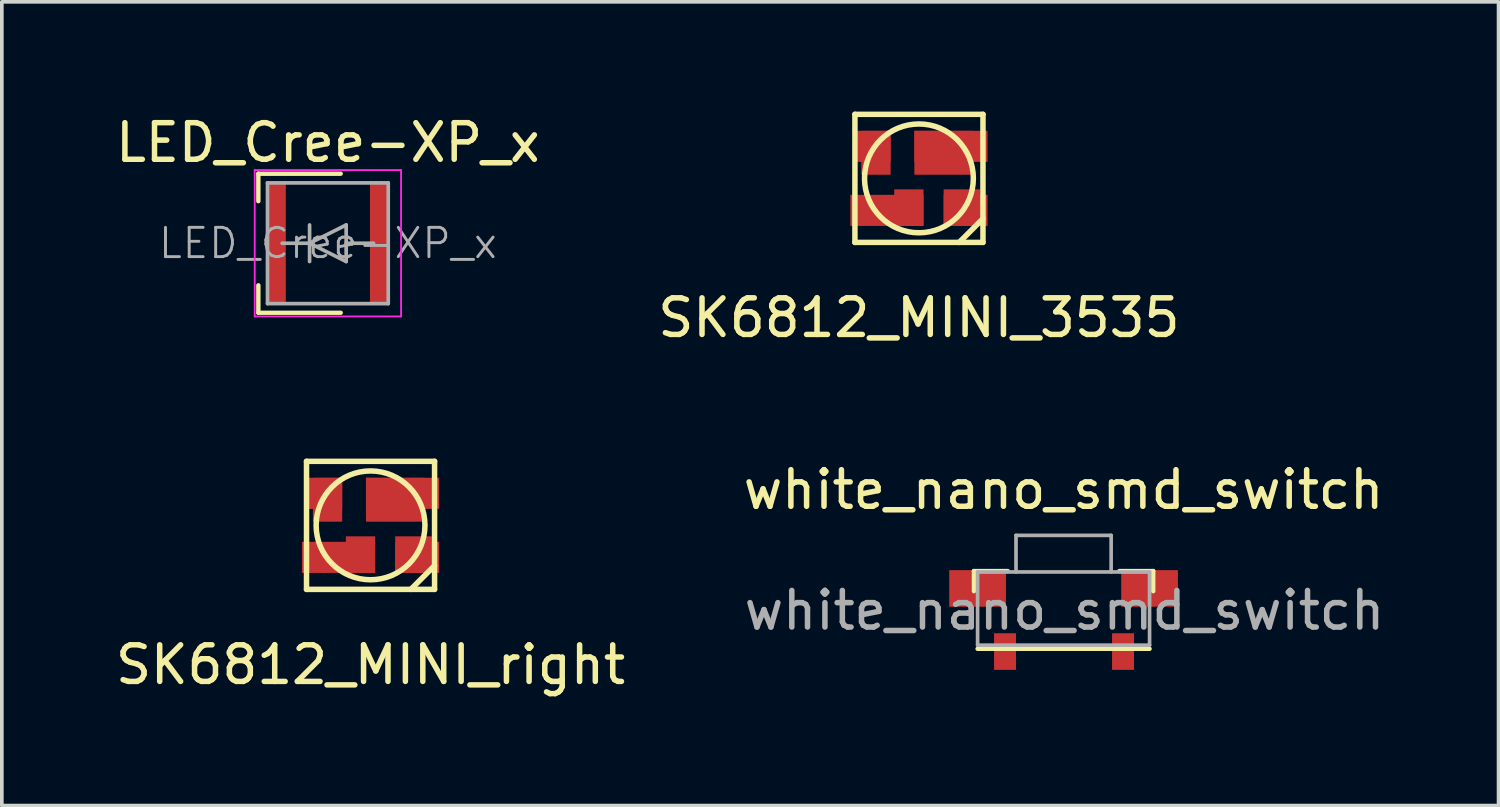
<source format=kicad_pcb>
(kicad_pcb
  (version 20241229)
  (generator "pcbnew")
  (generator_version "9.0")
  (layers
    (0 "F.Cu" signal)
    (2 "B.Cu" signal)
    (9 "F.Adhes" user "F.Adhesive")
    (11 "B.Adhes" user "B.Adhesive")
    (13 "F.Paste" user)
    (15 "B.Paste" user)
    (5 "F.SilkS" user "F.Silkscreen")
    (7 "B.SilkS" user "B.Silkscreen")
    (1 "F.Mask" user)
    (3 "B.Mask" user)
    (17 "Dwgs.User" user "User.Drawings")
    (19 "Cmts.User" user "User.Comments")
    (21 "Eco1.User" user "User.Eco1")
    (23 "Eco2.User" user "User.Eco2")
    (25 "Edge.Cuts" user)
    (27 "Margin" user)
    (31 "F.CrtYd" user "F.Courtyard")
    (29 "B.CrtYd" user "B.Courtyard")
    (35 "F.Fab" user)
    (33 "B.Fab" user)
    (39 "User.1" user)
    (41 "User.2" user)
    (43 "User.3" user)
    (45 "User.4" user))
  (footprint "SK6812_MINI_3535"
    (layer "F.Cu")
    (at 22.065 1.825)
    (property "Reference" "SK6812_MINI_3535" (at 0 3.81 0) (layer "F.SilkS") (effects (font (size 1 1) (thickness 0.15))))
    (attr through_hole)
    (fp_line (start -1.75 -1.75) (end 1.75 -1.75) (stroke (width 0.15) (type solid)) (layer "F.SilkS"))
    (fp_line (start -1.75 1.75) (end -1.75 -1.75) (stroke (width 0.15) (type solid)) (layer "F.SilkS"))
    (fp_line (start 1.75 -1.75) (end 1.75 1.75) (stroke (width 0.15) (type solid)) (layer "F.SilkS"))
    (fp_line (start 1.75 1.1) (end 1.1 1.75) (stroke (width 0.15) (type solid)) (layer "F.SilkS"))
    (fp_line (start 1.75 1.75) (end -1.75 1.75) (stroke (width 0.15) (type solid)) (layer "F.SilkS"))
    (fp_circle (center 0 0) (end -1.325 -0.675) (stroke (width 0.15) (type solid)) (fill no) (layer "F.SilkS"))
    (pad "1" smd rect (at -1.275 -0.875) (size 1 0.85) (layers "F.Cu" "F.Mask" "F.Paste"))
    (pad "1" smd rect (at -1.175 -0.7) (size 0.8 1.2) (layers "F.Cu" "F.Mask" "F.Paste"))
    (pad "2" smd rect (at -0.875 0.875) (size 2 0.85) (layers "F.Cu" "F.Mask" "F.Paste"))
    (pad "2" smd rect (at -0.275 0.8) (size 0.8 1) (layers "F.Cu" "F.Mask" "F.Paste"))
    (pad "3" smd rect (at 1.175 0.8) (size 1 1) (layers "F.Cu" "F.Mask" "F.Paste"))
    (pad "3" smd rect (at 1.275 0.875) (size 1.2 0.85) (layers "F.Cu" "F.Mask" "F.Paste"))
    (pad "4" smd rect (at 0.675 -0.7) (size 1.6 1.2) (layers "F.Cu" "F.Mask" "F.Paste"))
    (pad "4" smd rect (at 0.875 -0.875) (size 2 0.85) (layers "F.Cu" "F.Mask" "F.Paste")))
  (footprint "LED_Cree-XP_x"
    (layer "F.Cu")
    (at 5.911 3.598)
    (property "Reference" "LED_Cree-XP_x" (at 0 -2.75 0) (layer "F.SilkS") (effects (font (size 1 1) (thickness 0.15))))
    (attr smd)
    (fp_line (start -1.9 -1.9) (end -1.9 -1.15) (stroke (width 0.12) (type solid)) (layer "F.SilkS"))
    (fp_line (start -1.9 1.9) (end -1.9 1.15) (stroke (width 0.12) (type solid)) (layer "F.SilkS"))
    (fp_line (start 0.35 -1.9) (end -1.9 -1.9) (stroke (width 0.12) (type solid)) (layer "F.SilkS"))
    (fp_line (start 0.35 1.9) (end -1.9 1.9) (stroke (width 0.12) (type solid)) (layer "F.SilkS"))
    (fp_line (start -0.7 1.5) (end -0.7 -1.5) (stroke (width 0.15) (type solid)) (layer "F.Paste"))
    (fp_line (start -0.6 -1.5) (end 0.6 -1.5) (stroke (width 0.15) (type solid)) (layer "F.Paste"))
    (fp_line (start 0.6 -1.5) (end 0.6 1.5) (stroke (width 0.15) (type solid)) (layer "F.Paste"))
    (fp_line (start 0.6 1.5) (end -0.7 1.5) (stroke (width 0.15) (type solid)) (layer "F.Paste"))
    (fp_line (start -2 -2) (end 2 -2) (stroke (width 0.05) (type solid)) (layer "F.CrtYd"))
    (fp_line (start -2 2) (end -2 -2) (stroke (width 0.05) (type solid)) (layer "F.CrtYd"))
    (fp_line (start 2 -2) (end 2 2) (stroke (width 0.05) (type solid)) (layer "F.CrtYd"))
    (fp_line (start 2 2) (end -2 2) (stroke (width 0.05) (type solid)) (layer "F.CrtYd"))
    (fp_line (start -1.65 -1.65) (end 1.65 -1.65) (stroke (width 0.1) (type solid)) (layer "F.Fab"))
    (fp_line (start -1.65 1.65) (end -1.65 -1.65) (stroke (width 0.1) (type solid)) (layer "F.Fab"))
    (fp_line (start -1.25 0) (end -0.5 0) (stroke (width 0.1) (type solid)) (layer "F.Fab"))
    (fp_line (start -0.5 -0.5) (end -0.5 0.5) (stroke (width 0.1) (type solid)) (layer "F.Fab"))
    (fp_line (start -0.5 0) (end 0.5 -0.5) (stroke (width 0.1) (type solid)) (layer "F.Fab"))
    (fp_line (start 0.5 -0.5) (end 0.5 0.5) (stroke (width 0.1) (type solid)) (layer "F.Fab"))
    (fp_line (start 0.5 0.5) (end -0.5 0) (stroke (width 0.1) (type solid)) (layer "F.Fab"))
    (fp_line (start 1.25 0) (end 0.5 0) (stroke (width 0.1) (type solid)) (layer "F.Fab"))
    (fp_line (start 1.65 -1.65) (end 1.65 1.65) (stroke (width 0.1) (type solid)) (layer "F.Fab"))
    (fp_line (start 1.65 1.65) (end -1.65 1.65) (stroke (width 0.1) (type solid)) (layer "F.Fab"))
    (fp_text user "${REFERENCE}" (at 0 0 0) (layer "F.Fab") (effects (font (size 0.8 0.8) (thickness 0.08))))
    (pad "1" smd rect (at -1.4 0) (size 0.5 3.3) (layers "F.Cu" "F.Mask" "F.Paste"))
    (pad "2" smd rect (at 1.4 0) (size 0.5 3.3) (layers "F.Cu" "F.Mask" "F.Paste")))
  (footprint "white_nano_smd_switch"
    (layer "F.Cu")
    (at 26.018 12.832)
    (property "Reference" "white_nano_smd_switch" (at 0 -2.5 0) (layer "F.SilkS") (effects (font (size 1 1) (thickness 0.15))))
    (attr smd)
    (fp_line (start -2.45 0.275) (end -2.45 -0.275) (stroke (width 0.12) (type solid)) (layer "F.SilkS"))
    (fp_line (start -1.525 -0.275) (end -2.45 -0.275) (stroke (width 0.12) (type solid)) (layer "F.SilkS"))
    (fp_line (start 2.35 1.85) (end -2.35 1.85) (stroke (width 0.12) (type solid)) (layer "F.SilkS"))
    (fp_line (start 2.45 -0.275) (end 1.525 -0.275) (stroke (width 0.12) (type solid)) (layer "F.SilkS"))
    (fp_line (start 2.45 0.275) (end 2.45 -0.275) (stroke (width 0.12) (type solid)) (layer "F.SilkS"))
    (fp_line (start -2.35 -0.25) (end -2.35 1.75) (stroke (width 0.1) (type solid)) (layer "F.Fab"))
    (fp_line (start -1.3 -1.25) (end -1.3 -0.25) (stroke (width 0.1) (type solid)) (layer "F.Fab"))
    (fp_line (start 1.3 -1.25) (end -1.3 -1.25) (stroke (width 0.1) (type solid)) (layer "F.Fab"))
    (fp_line (start 1.3 -1.25) (end 1.3 -0.25) (stroke (width 0.1) (type solid)) (layer "F.Fab"))
    (fp_line (start 2.35 -0.25) (end -2.35 -0.25) (stroke (width 0.1) (type solid)) (layer "F.Fab"))
    (fp_line (start 2.35 -0.25) (end 2.35 1.75) (stroke (width 0.1) (type solid)) (layer "F.Fab"))
    (fp_line (start 2.35 1.75) (end -2.35 1.75) (stroke (width 0.1) (type solid)) (layer "F.Fab"))
    (fp_text user "${REFERENCE}" (at 0.025 0.8 0) (layer "F.Fab") (effects (font (size 1 1) (thickness 0.15))))
    (pad "" smd rect (at -2.35 0.2 180) (size 1.55 1) (layers "F.Cu" "F.Mask" "F.Paste"))
    (pad "" smd rect (at 2.35 0.2 180) (size 1.55 1) (layers "F.Cu" "F.Mask" "F.Paste"))
    (pad "1" smd rect (at -1.6 1.925 180) (size 0.6 1) (layers "F.Cu" "F.Mask" "F.Paste"))
    (pad "2" smd rect (at 1.625 1.925 180) (size 0.6 1) (layers "F.Cu" "F.Mask" "F.Paste")))
  (footprint "SK6812_MINI_right"
    (layer "F.Cu")
    (at 7.077 11.308)
    (property "Reference" "SK6812_MINI_right" (at 0 3.81 0) (layer "F.SilkS") (effects (font (size 1 1) (thickness 0.15))))
    (attr through_hole)
    (fp_line (start -1.75 -1.75) (end 1.75 -1.75) (stroke (width 0.15) (type solid)) (layer "F.SilkS"))
    (fp_line (start -1.75 1.75) (end -1.75 -1.75) (stroke (width 0.15) (type solid)) (layer "F.SilkS"))
    (fp_line (start 1.75 -1.75) (end 1.75 1.75) (stroke (width 0.15) (type solid)) (layer "F.SilkS"))
    (fp_line (start 1.75 1.1) (end 1.1 1.75) (stroke (width 0.15) (type solid)) (layer "F.SilkS"))
    (fp_line (start 1.75 1.75) (end -1.75 1.75) (stroke (width 0.15) (type solid)) (layer "F.SilkS"))
    (fp_circle (center 0 0) (end -1.325 -0.675) (stroke (width 0.15) (type solid)) (fill no) (layer "F.SilkS"))
    (pad "1" smd rect (at -1.275 -0.875) (size 1 0.85) (layers "F.Cu" "F.Mask" "F.Paste"))
    (pad "1" smd rect (at -1.175 -0.7) (size 0.8 1.2) (layers "F.Cu" "F.Mask" "F.Paste"))
    (pad "2" smd rect (at -0.875 0.875) (size 2 0.85) (layers "F.Cu" "F.Mask" "F.Paste"))
    (pad "2" smd rect (at -0.275 0.8) (size 0.8 1) (layers "F.Cu" "F.Mask" "F.Paste"))
    (pad "3" smd rect (at 1.175 0.8) (size 1 1) (layers "F.Cu" "F.Mask" "F.Paste"))
    (pad "3" smd rect (at 1.275 0.875) (size 1.2 0.85) (layers "F.Cu" "F.Mask" "F.Paste"))
    (pad "4" smd rect (at 0.675 -0.7) (size 1.6 1.2) (layers "F.Cu" "F.Mask" "F.Paste"))
    (pad "4" smd rect (at 0.875 -0.875) (size 2 0.85) (layers "F.Cu" "F.Mask" "F.Paste")))
  (gr_rect
    (start -3 -3)
    (end 37.906 18.966)
    (stroke (width 0.1) (type default))
    (fill no)
    (layer "Edge.Cuts")))
</source>
